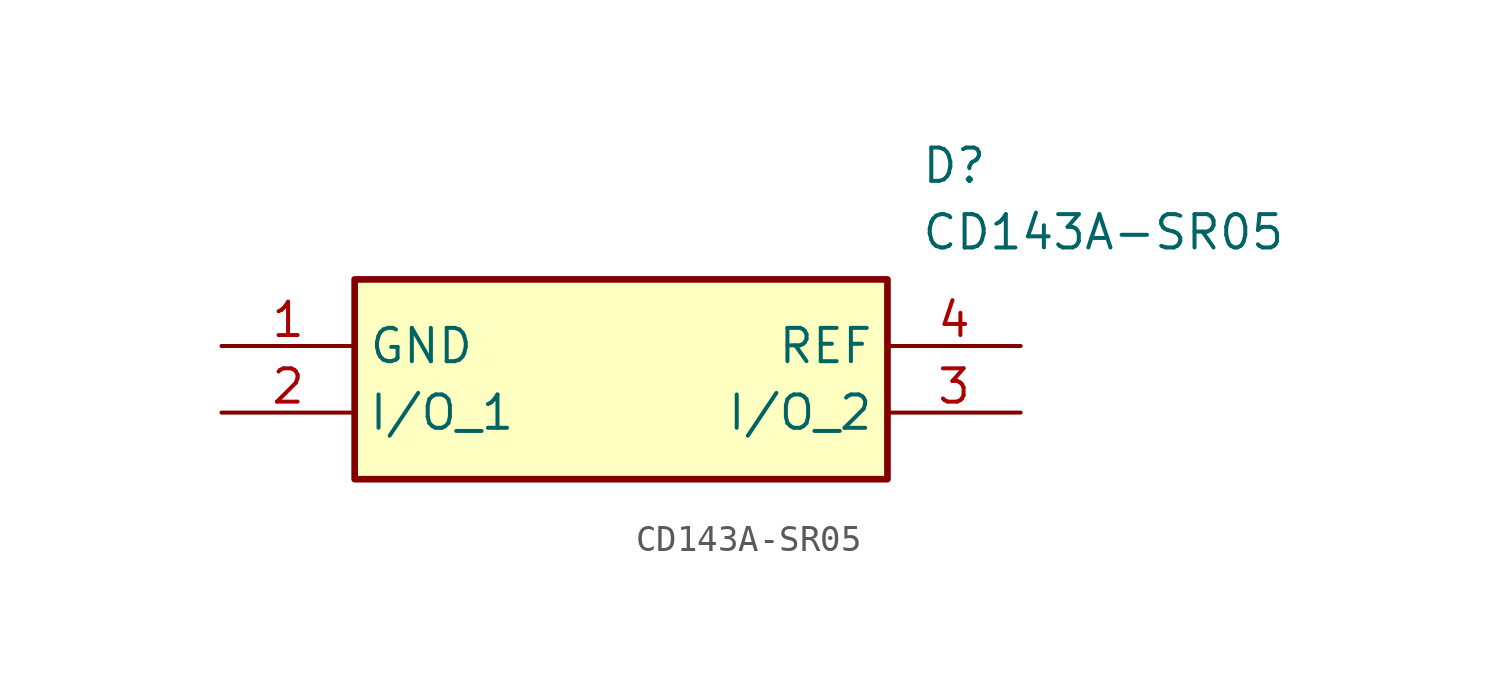
<source format=kicad_sym>
(kicad_symbol_lib
  (version 20211014)
  (generator SamacSys_ECAD_Model)
  (symbol "CD143A-SR05"
    (property "Reference" "D"
      (at 26.67 7.62 0)
      (effects (font (size 1.27 1.27)) (justify left top)))
    (property "Value" "CD143A-SR05"
      (at 26.67 5.08 0)
      (effects (font (size 1.27 1.27)) (justify left top)))
    (rectangle
      (start 5.08 2.54)
      (end 25.4 -5.08)
      (stroke (width 0.254) (type default))
      (fill (type background)))
    (pin passive line
      (at 0 0 0)
      (length 5.08)
      (name "GND" (effects (font (size 1.27 1.27))))
      (number "1" (effects (font (size 1.27 1.27)))))
    (pin passive line
      (at 0 -2.54 0)
      (length 5.08)
      (name "I/O_1" (effects (font (size 1.27 1.27))))
      (number "2" (effects (font (size 1.27 1.27)))))
    (pin passive line
      (at 30.48 -2.54 180)
      (length 5.08)
      (name "I/O_2" (effects (font (size 1.27 1.27))))
      (number "3" (effects (font (size 1.27 1.27)))))
    (pin passive line
      (at 30.48 0 180)
      (length 5.08)
      (name "REF" (effects (font (size 1.27 1.27))))
      (number "4" (effects (font (size 1.27 1.27)))))))
</source>
